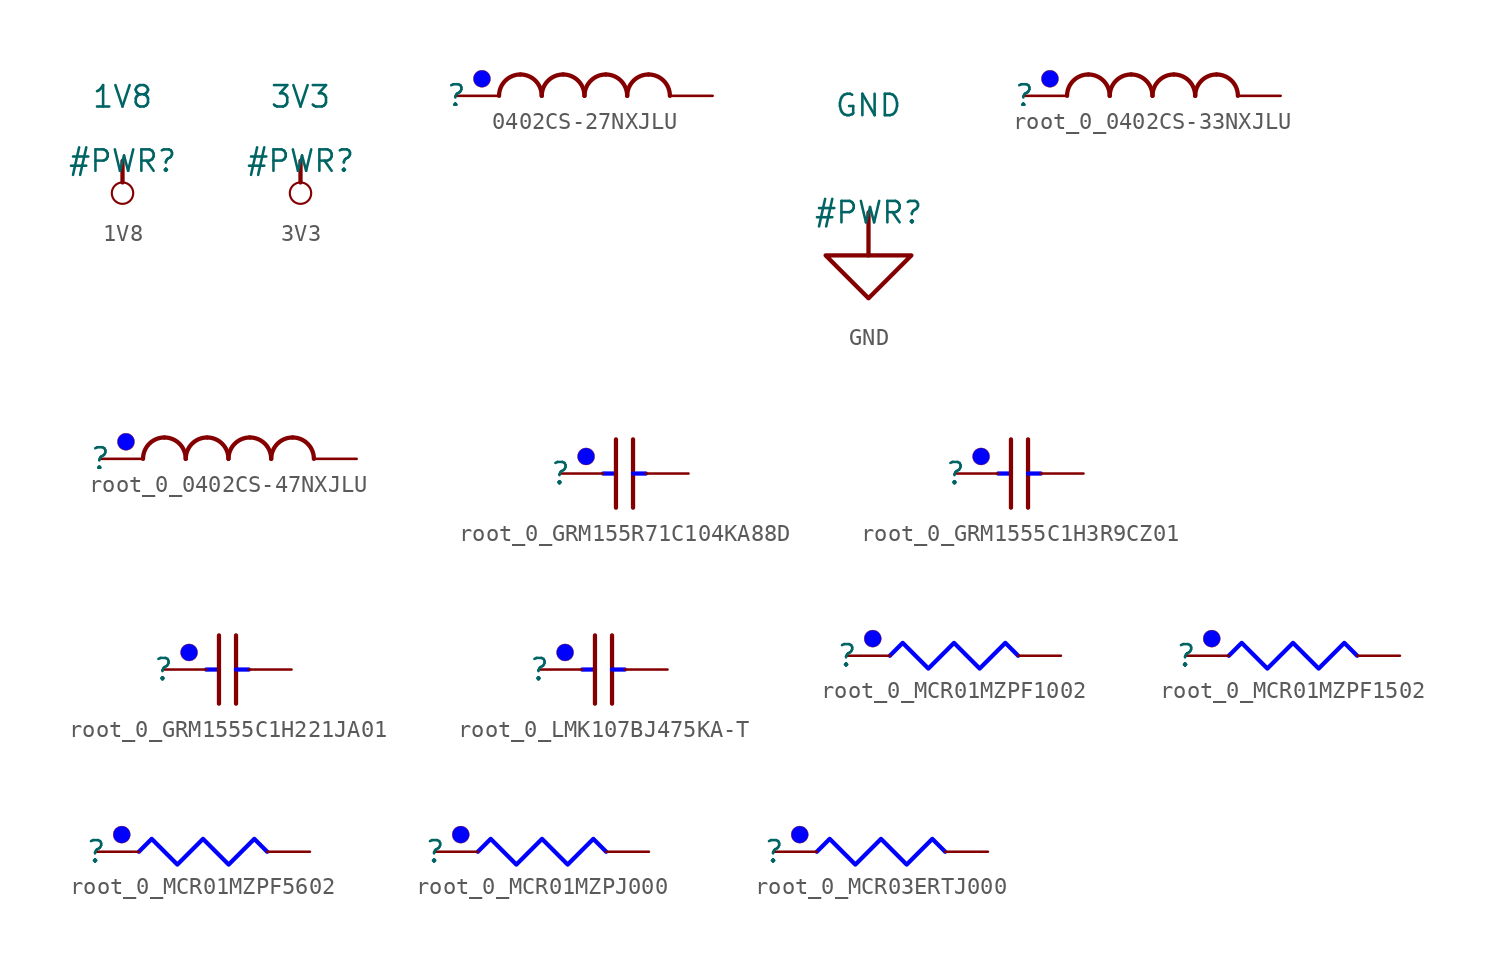
<source format=kicad_sym>
(kicad_symbol_lib
  (version 20231120)
  (generator "kicad_symbol_editor")
  (generator_version "8.0")
  (symbol "1V8"
    (power)
    (property "Reference" "#PWR"
      (at 0 0 0)
      (effects (font (size 1.27 1.27))))
    (property "Value" "1V8"
      (at 0 3.81 0)
      (effects (font (size 1.27 1.27))))
    (symbol "1V8_0_0"
      (circle (center 0 -1.905) (radius 0.635) (stroke (width 0.127) (type solid)) (fill (type none)))
      (polyline (pts (xy 0 0) (xy 0 -1.27)) (stroke (width 0.254) (type solid)) (fill (type none)))
      (pin power_in line (at 0 0 0) (length 0) hide (name "1V8" (effects (font (size 1.27 1.27)))) (number "" (effects (font (size 1.27 1.27)))))))
  (symbol "3V3"
    (power)
    (property "Reference" "#PWR"
      (at 0 0 0)
      (effects (font (size 1.27 1.27))))
    (property "Value" "3V3"
      (at 0 3.81 0)
      (effects (font (size 1.27 1.27))))
    (symbol "3V3_0_0"
      (circle (center 0 -1.905) (radius 0.635) (stroke (width 0.127) (type solid)) (fill (type none)))
      (polyline (pts (xy 0 0) (xy 0 -1.27)) (stroke (width 0.254) (type solid)) (fill (type none)))
      (pin power_in line (at 0 0 0) (length 0) hide (name "3V3" (effects (font (size 1.27 1.27)))) (number "" (effects (font (size 1.27 1.27)))))))
  (symbol "0402CS-27NXJLU"
    (property "Reference" ""
      (at 0 0 0)
      (effects (font (size 1.27 1.27))))
    (property "Value" ""
      (at 0 0 0)
      (effects (font (size 1.27 1.27))))
    (symbol "0402CS-27NXJLU_1_0"
      (circle (center 1.524 1.016) (radius 0.508) (stroke (width 0.0001) (type solid)) (fill (type color) (color 0 0 255 1)))
      (arc (start 3.81 1.27) (mid 2.912 0.898) (end 2.54 0) (stroke (width 0.254) (type solid)) (fill (type none)))
      (arc (start 5.08 0) (mid 4.708 0.898) (end 3.81 1.27) (stroke (width 0.254) (type solid)) (fill (type none)))
      (arc (start 6.35 1.27) (mid 5.452 0.898) (end 5.08 0) (stroke (width 0.254) (type solid)) (fill (type none)))
      (arc (start 7.62 0) (mid 7.248 0.898) (end 6.35 1.27) (stroke (width 0.254) (type solid)) (fill (type none)))
      (arc (start 8.89 1.27) (mid 7.992 0.898) (end 7.62 0) (stroke (width 0.254) (type solid)) (fill (type none)))
      (arc (start 10.16 0) (mid 9.788 0.898) (end 8.89 1.27) (stroke (width 0.254) (type solid)) (fill (type none)))
      (arc (start 11.43 1.27) (mid 10.532 0.898) (end 10.16 0) (stroke (width 0.254) (type solid)) (fill (type none)))
      (arc (start 12.7 0) (mid 12.328 0.898) (end 11.43 1.27) (stroke (width 0.254) (type solid)) (fill (type none)))
      (pin passive line (at 0 0 0) (length 2.54) (name "1" (effects (font (size 0 0)))) (number "1" (effects (font (size 0 0)))))
      (pin passive line (at 15.24 0 180) (length 2.54) (name "2" (effects (font (size 0 0)))) (number "2" (effects (font (size 0 0)))))))
  (symbol "GND"
    (power)
    (property "Reference" "#PWR"
      (at 0 0 0)
      (effects (font (size 1.27 1.27))))
    (property "Value" "GND"
      (at 0 6.35 0)
      (effects (font (size 1.27 1.27))))
    (symbol "GND_0_0"
      (polyline (pts (xy 0 0) (xy 0 -2.54)) (stroke (width 0.254) (type solid)) (fill (type none)))
      (polyline (pts (xy -2.54 -2.54) (xy 2.54 -2.54) (xy 0 -5.08) (xy -2.54 -2.54)) (stroke (width 0.254) (type solid)) (fill (type none)))
      (pin power_in line (at 0 0 0) (length 0) hide (name "GND" (effects (font (size 1.27 1.27)))) (number "" (effects (font (size 1.27 1.27)))))))
  (symbol "root_0_0402CS-33NXJLU"
    (property "Reference" ""
      (at 0 0 0)
      (effects (font (size 1.27 1.27))))
    (property "Value" ""
      (at 0 0 0)
      (effects (font (size 1.27 1.27))))
    (symbol "root_0_0402CS-33NXJLU_1_0"
      (circle (center 1.524 1.016) (radius 0.508) (stroke (width 0.0001) (type solid)) (fill (type color) (color 0 0 255 1)))
      (arc (start 3.81 1.27) (mid 2.912 0.898) (end 2.54 0) (stroke (width 0.254) (type solid)) (fill (type none)))
      (arc (start 5.08 0) (mid 4.708 0.898) (end 3.81 1.27) (stroke (width 0.254) (type solid)) (fill (type none)))
      (arc (start 6.35 1.27) (mid 5.452 0.898) (end 5.08 0) (stroke (width 0.254) (type solid)) (fill (type none)))
      (arc (start 7.62 0) (mid 7.248 0.898) (end 6.35 1.27) (stroke (width 0.254) (type solid)) (fill (type none)))
      (arc (start 8.89 1.27) (mid 7.992 0.898) (end 7.62 0) (stroke (width 0.254) (type solid)) (fill (type none)))
      (arc (start 10.16 0) (mid 9.788 0.898) (end 8.89 1.27) (stroke (width 0.254) (type solid)) (fill (type none)))
      (arc (start 11.43 1.27) (mid 10.532 0.898) (end 10.16 0) (stroke (width 0.254) (type solid)) (fill (type none)))
      (arc (start 12.7 0) (mid 12.328 0.898) (end 11.43 1.27) (stroke (width 0.254) (type solid)) (fill (type none)))
      (pin passive line (at 0 0 0) (length 2.54) (name "1" (effects (font (size 0 0)))) (number "1" (effects (font (size 0 0)))))
      (pin passive line (at 15.24 0 180) (length 2.54) (name "2" (effects (font (size 0 0)))) (number "2" (effects (font (size 0 0)))))))
  (symbol "root_0_0402CS-47NXJLU"
    (property "Reference" ""
      (at 0 0 0)
      (effects (font (size 1.27 1.27))))
    (property "Value" ""
      (at 0 0 0)
      (effects (font (size 1.27 1.27))))
    (symbol "root_0_0402CS-47NXJLU_1_0"
      (circle (center 1.524 1.016) (radius 0.508) (stroke (width 0.0001) (type solid)) (fill (type color) (color 0 0 255 1)))
      (arc (start 3.81 1.27) (mid 2.912 0.898) (end 2.54 0) (stroke (width 0.254) (type solid)) (fill (type none)))
      (arc (start 5.08 0) (mid 4.708 0.898) (end 3.81 1.27) (stroke (width 0.254) (type solid)) (fill (type none)))
      (arc (start 6.35 1.27) (mid 5.452 0.898) (end 5.08 0) (stroke (width 0.254) (type solid)) (fill (type none)))
      (arc (start 7.62 0) (mid 7.248 0.898) (end 6.35 1.27) (stroke (width 0.254) (type solid)) (fill (type none)))
      (arc (start 8.89 1.27) (mid 7.992 0.898) (end 7.62 0) (stroke (width 0.254) (type solid)) (fill (type none)))
      (arc (start 10.16 0) (mid 9.788 0.898) (end 8.89 1.27) (stroke (width 0.254) (type solid)) (fill (type none)))
      (arc (start 11.43 1.27) (mid 10.532 0.898) (end 10.16 0) (stroke (width 0.254) (type solid)) (fill (type none)))
      (arc (start 12.7 0) (mid 12.328 0.898) (end 11.43 1.27) (stroke (width 0.254) (type solid)) (fill (type none)))
      (pin passive line (at 0 0 0) (length 2.54) (name "1" (effects (font (size 0 0)))) (number "1" (effects (font (size 0 0)))))
      (pin passive line (at 15.24 0 180) (length 2.54) (name "2" (effects (font (size 0 0)))) (number "2" (effects (font (size 0 0)))))))
  (symbol "root_0_GRM155R71C104KA88D"
    (property "Reference" ""
      (at 0 0 0)
      (effects (font (size 1.27 1.27))))
    (property "Value" ""
      (at 0 0 0)
      (effects (font (size 1.27 1.27))))
    (symbol "root_0_GRM155R71C104KA88D_1_0"
      (polyline (pts (xy 2.54 0) (xy 3.302 0)) (stroke (width 0.254) (type solid) (color 0 0 255 1)) (fill (type none)))
      (polyline (pts (xy 3.302 -2.032) (xy 3.302 2.032)) (stroke (width 0.254) (type solid)) (fill (type none)))
      (polyline (pts (xy 4.318 2.032) (xy 4.318 -2.032)) (stroke (width 0.254) (type solid)) (fill (type none)))
      (polyline (pts (xy 5.08 0) (xy 4.318 0)) (stroke (width 0.254) (type solid) (color 0 0 255 1)) (fill (type none)))
      (circle (center 1.524 1.016) (radius 0.508) (stroke (width 0.0001) (type solid)) (fill (type color) (color 0 0 255 1)))
      (pin passive line (at 0 0 0) (length 2.54) (name "1" (effects (font (size 0 0)))) (number "1" (effects (font (size 0 0)))))
      (pin passive line (at 7.62 0 180) (length 2.54) (name "2" (effects (font (size 0 0)))) (number "2" (effects (font (size 0 0)))))))
  (symbol "root_0_GRM1555C1H3R9CZ01"
    (property "Reference" ""
      (at 0 0 0)
      (effects (font (size 1.27 1.27))))
    (property "Value" ""
      (at 0 0 0)
      (effects (font (size 1.27 1.27))))
    (symbol "root_0_GRM1555C1H3R9CZ01_1_0"
      (polyline (pts (xy 2.54 0) (xy 3.302 0)) (stroke (width 0.254) (type solid) (color 0 0 255 1)) (fill (type none)))
      (polyline (pts (xy 3.302 -2.032) (xy 3.302 2.032)) (stroke (width 0.254) (type solid)) (fill (type none)))
      (polyline (pts (xy 4.318 2.032) (xy 4.318 -2.032)) (stroke (width 0.254) (type solid)) (fill (type none)))
      (polyline (pts (xy 5.08 0) (xy 4.318 0)) (stroke (width 0.254) (type solid) (color 0 0 255 1)) (fill (type none)))
      (circle (center 1.524 1.016) (radius 0.508) (stroke (width 0.0001) (type solid)) (fill (type color) (color 0 0 255 1)))
      (pin passive line (at 0 0 0) (length 2.54) (name "1" (effects (font (size 0 0)))) (number "1" (effects (font (size 0 0)))))
      (pin passive line (at 7.62 0 180) (length 2.54) (name "2" (effects (font (size 0 0)))) (number "2" (effects (font (size 0 0)))))))
  (symbol "root_0_GRM1555C1H221JA01"
    (property "Reference" ""
      (at 0 0 0)
      (effects (font (size 1.27 1.27))))
    (property "Value" ""
      (at 0 0 0)
      (effects (font (size 1.27 1.27))))
    (symbol "root_0_GRM1555C1H221JA01_1_0"
      (polyline (pts (xy 2.54 0) (xy 3.302 0)) (stroke (width 0.254) (type solid) (color 0 0 255 1)) (fill (type none)))
      (polyline (pts (xy 3.302 -2.032) (xy 3.302 2.032)) (stroke (width 0.254) (type solid)) (fill (type none)))
      (polyline (pts (xy 4.318 2.032) (xy 4.318 -2.032)) (stroke (width 0.254) (type solid)) (fill (type none)))
      (polyline (pts (xy 5.08 0) (xy 4.318 0)) (stroke (width 0.254) (type solid) (color 0 0 255 1)) (fill (type none)))
      (circle (center 1.524 1.016) (radius 0.508) (stroke (width 0.0001) (type solid)) (fill (type color) (color 0 0 255 1)))
      (pin passive line (at 0 0 0) (length 2.54) (name "1" (effects (font (size 0 0)))) (number "1" (effects (font (size 0 0)))))
      (pin passive line (at 7.62 0 180) (length 2.54) (name "2" (effects (font (size 0 0)))) (number "2" (effects (font (size 0 0)))))))
  (symbol "root_0_LMK107BJ475KA-T"
    (property "Reference" ""
      (at 0 0 0)
      (effects (font (size 1.27 1.27))))
    (property "Value" ""
      (at 0 0 0)
      (effects (font (size 1.27 1.27))))
    (symbol "root_0_LMK107BJ475KA-T_1_0"
      (polyline (pts (xy 2.54 0) (xy 3.302 0)) (stroke (width 0.254) (type solid) (color 0 0 255 1)) (fill (type none)))
      (polyline (pts (xy 3.302 -2.032) (xy 3.302 2.032)) (stroke (width 0.254) (type solid)) (fill (type none)))
      (polyline (pts (xy 4.318 2.032) (xy 4.318 -2.032)) (stroke (width 0.254) (type solid)) (fill (type none)))
      (polyline (pts (xy 5.08 0) (xy 4.318 0)) (stroke (width 0.254) (type solid) (color 0 0 255 1)) (fill (type none)))
      (circle (center 1.524 1.016) (radius 0.508) (stroke (width 0.0001) (type solid)) (fill (type color) (color 0 0 255 1)))
      (pin passive line (at 0 0 0) (length 2.54) (name "1" (effects (font (size 0 0)))) (number "1" (effects (font (size 0 0)))))
      (pin passive line (at 7.62 0 180) (length 2.54) (name "2" (effects (font (size 0 0)))) (number "2" (effects (font (size 0 0)))))))
  (symbol "root_0_MCR01MZPF1002"
    (property "Reference" ""
      (at 0 0 0)
      (effects (font (size 1.27 1.27))))
    (property "Value" ""
      (at 0 0 0)
      (effects (font (size 1.27 1.27))))
    (symbol "root_0_MCR01MZPF1002_1_0"
      (polyline (pts (xy 10.16 0) (xy 9.398 0.762) (xy 7.874 -0.762) (xy 6.35 0.762) (xy 4.826 -0.762) (xy 3.302 0.762) (xy 2.54 0)) (stroke (width 0.254) (type solid) (color 0 0 255 1)) (fill (type none)))
      (circle (center 1.524 1.016) (radius 0.508) (stroke (width 0.0001) (type solid)) (fill (type color) (color 0 0 255 1)))
      (pin passive line (at 0 0 0) (length 2.54) (name "1" (effects (font (size 0 0)))) (number "1" (effects (font (size 0 0)))))
      (pin passive line (at 12.7 0 180) (length 2.54) (name "2" (effects (font (size 0 0)))) (number "2" (effects (font (size 0 0)))))))
  (symbol "root_0_MCR01MZPF1502"
    (property "Reference" ""
      (at 0 0 0)
      (effects (font (size 1.27 1.27))))
    (property "Value" ""
      (at 0 0 0)
      (effects (font (size 1.27 1.27))))
    (symbol "root_0_MCR01MZPF1502_1_0"
      (polyline (pts (xy 10.16 0) (xy 9.398 0.762) (xy 7.874 -0.762) (xy 6.35 0.762) (xy 4.826 -0.762) (xy 3.302 0.762) (xy 2.54 0)) (stroke (width 0.254) (type solid) (color 0 0 255 1)) (fill (type none)))
      (circle (center 1.524 1.016) (radius 0.508) (stroke (width 0.0001) (type solid)) (fill (type color) (color 0 0 255 1)))
      (pin passive line (at 0 0 0) (length 2.54) (name "1" (effects (font (size 0 0)))) (number "1" (effects (font (size 0 0)))))
      (pin passive line (at 12.7 0 180) (length 2.54) (name "2" (effects (font (size 0 0)))) (number "2" (effects (font (size 0 0)))))))
  (symbol "root_0_MCR01MZPF5602"
    (property "Reference" ""
      (at 0 0 0)
      (effects (font (size 1.27 1.27))))
    (property "Value" ""
      (at 0 0 0)
      (effects (font (size 1.27 1.27))))
    (symbol "root_0_MCR01MZPF5602_1_0"
      (polyline (pts (xy 10.16 0) (xy 9.398 0.762) (xy 7.874 -0.762) (xy 6.35 0.762) (xy 4.826 -0.762) (xy 3.302 0.762) (xy 2.54 0)) (stroke (width 0.254) (type solid) (color 0 0 255 1)) (fill (type none)))
      (circle (center 1.524 1.016) (radius 0.508) (stroke (width 0.0001) (type solid)) (fill (type color) (color 0 0 255 1)))
      (pin passive line (at 0 0 0) (length 2.54) (name "1" (effects (font (size 0 0)))) (number "1" (effects (font (size 0 0)))))
      (pin passive line (at 12.7 0 180) (length 2.54) (name "2" (effects (font (size 0 0)))) (number "2" (effects (font (size 0 0)))))))
  (symbol "root_0_MCR01MZPJ000"
    (property "Reference" ""
      (at 0 0 0)
      (effects (font (size 1.27 1.27))))
    (property "Value" ""
      (at 0 0 0)
      (effects (font (size 1.27 1.27))))
    (symbol "root_0_MCR01MZPJ000_1_0"
      (polyline (pts (xy 10.16 0) (xy 9.398 0.762) (xy 7.874 -0.762) (xy 6.35 0.762) (xy 4.826 -0.762) (xy 3.302 0.762) (xy 2.54 0)) (stroke (width 0.254) (type solid) (color 0 0 255 1)) (fill (type none)))
      (circle (center 1.524 1.016) (radius 0.508) (stroke (width 0.0001) (type solid)) (fill (type color) (color 0 0 255 1)))
      (pin passive line (at 0 0 0) (length 2.54) (name "1" (effects (font (size 0 0)))) (number "1" (effects (font (size 0 0)))))
      (pin passive line (at 12.7 0 180) (length 2.54) (name "2" (effects (font (size 0 0)))) (number "2" (effects (font (size 0 0)))))))
  (symbol "root_0_MCR03ERTJ000"
    (property "Reference" ""
      (at 0 0 0)
      (effects (font (size 1.27 1.27))))
    (property "Value" ""
      (at 0 0 0)
      (effects (font (size 1.27 1.27))))
    (symbol "root_0_MCR03ERTJ000_1_0"
      (polyline (pts (xy 10.16 0) (xy 9.398 0.762) (xy 7.874 -0.762) (xy 6.35 0.762) (xy 4.826 -0.762) (xy 3.302 0.762) (xy 2.54 0)) (stroke (width 0.254) (type solid) (color 0 0 255 1)) (fill (type none)))
      (circle (center 1.524 1.016) (radius 0.508) (stroke (width 0.0001) (type solid)) (fill (type color) (color 0 0 255 1)))
      (pin passive line (at 0 0 0) (length 2.54) (name "1" (effects (font (size 0 0)))) (number "1" (effects (font (size 0 0)))))
      (pin passive line (at 12.7 0 180) (length 2.54) (name "2" (effects (font (size 0 0)))) (number "2" (effects (font (size 0 0))))))))
</source>
